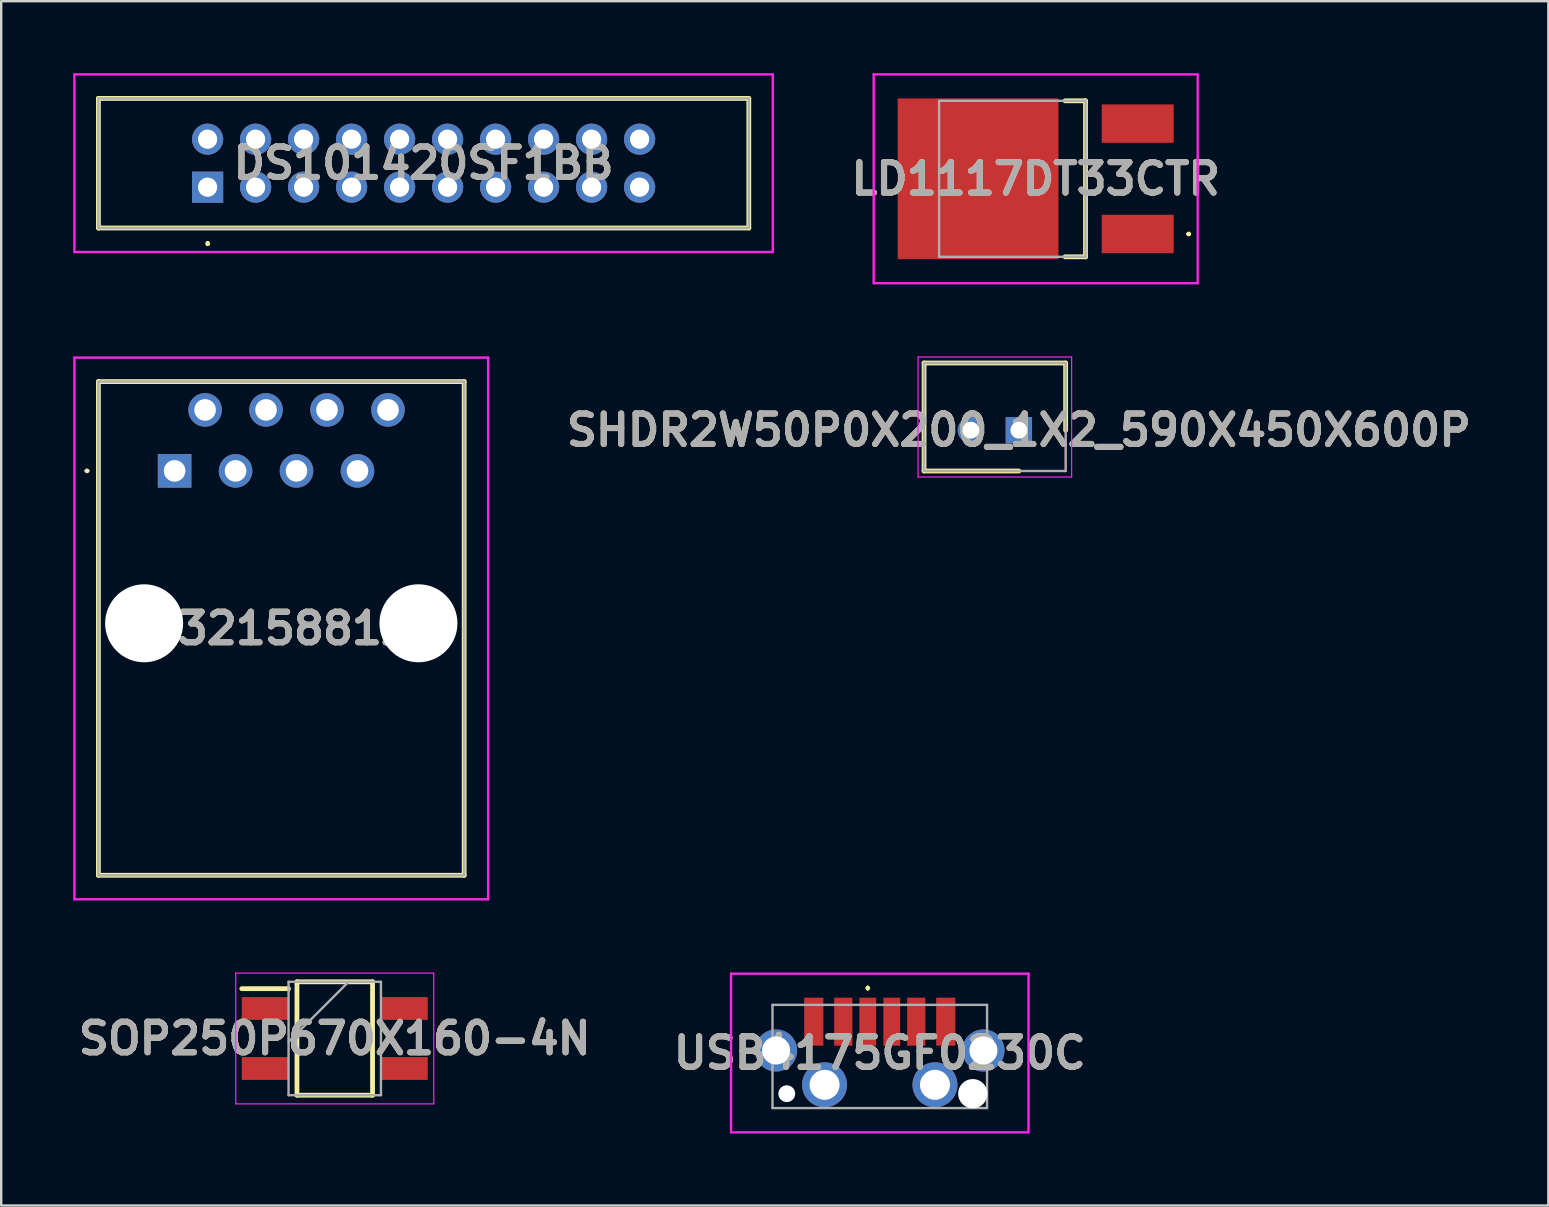
<source format=kicad_pcb>
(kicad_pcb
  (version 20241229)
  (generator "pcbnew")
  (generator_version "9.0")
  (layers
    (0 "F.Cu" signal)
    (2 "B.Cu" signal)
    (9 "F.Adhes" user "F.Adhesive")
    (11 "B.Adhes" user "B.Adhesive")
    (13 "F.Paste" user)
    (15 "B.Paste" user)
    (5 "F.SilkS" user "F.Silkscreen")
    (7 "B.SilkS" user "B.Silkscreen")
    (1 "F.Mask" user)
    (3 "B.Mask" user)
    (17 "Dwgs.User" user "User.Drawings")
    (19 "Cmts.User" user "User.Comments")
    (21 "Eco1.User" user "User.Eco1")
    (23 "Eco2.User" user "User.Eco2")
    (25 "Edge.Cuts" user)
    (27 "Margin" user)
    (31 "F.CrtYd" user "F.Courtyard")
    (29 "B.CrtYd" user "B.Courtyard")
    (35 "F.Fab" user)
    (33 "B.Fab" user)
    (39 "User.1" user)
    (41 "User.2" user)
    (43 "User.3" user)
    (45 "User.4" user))
  (footprint "SOP250P670X160-4N"
    (layer "F.Cu")
    (at 10.898 40.22)
    (property "Reference" "SOP250P670X160-4N" (at 0 0 0) (layer "F.SilkS") (effects (font (size 1.27 1.27) (thickness 0.254))))
    (attr smd)
    (fp_line (start -3.875 -2.075) (end -1.925 -2.075) (stroke (width 0.2) (type solid)) (layer "F.SilkS"))
    (fp_line (start -1.575 -2.362) (end 1.575 -2.362) (stroke (width 0.2) (type solid)) (layer "F.SilkS"))
    (fp_line (start -1.575 2.362) (end -1.575 -2.362) (stroke (width 0.2) (type solid)) (layer "F.SilkS"))
    (fp_line (start 1.575 -2.362) (end 1.575 2.362) (stroke (width 0.2) (type solid)) (layer "F.SilkS"))
    (fp_line (start 1.575 2.362) (end -1.575 2.362) (stroke (width 0.2) (type solid)) (layer "F.SilkS"))
    (fp_line (start -4.125 -2.725) (end 4.125 -2.725) (stroke (width 0.05) (type solid)) (layer "F.CrtYd"))
    (fp_line (start -4.125 2.725) (end -4.125 -2.725) (stroke (width 0.05) (type solid)) (layer "F.CrtYd"))
    (fp_line (start 4.125 -2.725) (end 4.125 2.725) (stroke (width 0.05) (type solid)) (layer "F.CrtYd"))
    (fp_line (start 4.125 2.725) (end -4.125 2.725) (stroke (width 0.05) (type solid)) (layer "F.CrtYd"))
    (fp_line (start -1.925 -2.362) (end 1.925 -2.362) (stroke (width 0.1) (type solid)) (layer "F.Fab"))
    (fp_line (start -1.925 0.138) (end 0.575 -2.362) (stroke (width 0.1) (type solid)) (layer "F.Fab"))
    (fp_line (start -1.925 2.362) (end -1.925 -2.362) (stroke (width 0.1) (type solid)) (layer "F.Fab"))
    (fp_line (start 1.925 -2.362) (end 1.925 2.362) (stroke (width 0.1) (type solid)) (layer "F.Fab"))
    (fp_line (start 1.925 2.362) (end -1.925 2.362) (stroke (width 0.1) (type solid)) (layer "F.Fab"))
    (fp_text user "${REFERENCE}" (at 0 0 0) (layer "F.Fab") (effects (font (size 1.27 1.27) (thickness 0.254))))
    (pad "1" smd rect (at -2.9 -1.25 90) (size 0.95 1.95) (layers "F.Cu" "F.Mask" "F.Paste"))
    (pad "2" smd rect (at -2.9 1.25 90) (size 0.95 1.95) (layers "F.Cu" "F.Mask" "F.Paste"))
    (pad "3" smd rect (at 2.9 1.25 90) (size 0.95 1.95) (layers "F.Cu" "F.Mask" "F.Paste"))
    (pad "4" smd rect (at 2.9 -1.25 90) (size 0.95 1.95) (layers "F.Cu" "F.Mask" "F.Paste")))
  (footprint "SHDR2W50P0X200_1X2_590X450X600P"
    (layer "F.Cu")
    (at 39.402 14.875)
    (property "Reference" "SHDR2W50P0X200_1X2_590X450X600P" (at 0 0 0) (layer "F.SilkS") (effects (font (size 1.27 1.27) (thickness 0.254))))
    (attr through_hole)
    (fp_line (start -3.95 -2.8) (end 1.95 -2.8) (stroke (width 0.2) (type solid)) (layer "F.SilkS"))
    (fp_line (start -3.95 1.7) (end -3.95 -2.8) (stroke (width 0.2) (type solid)) (layer "F.SilkS"))
    (fp_line (start 0 1.7) (end -3.95 1.7) (stroke (width 0.2) (type solid)) (layer "F.SilkS"))
    (fp_line (start 1.95 -2.8) (end 1.95 0) (stroke (width 0.2) (type solid)) (layer "F.SilkS"))
    (fp_line (start -4.2 -3.05) (end 2.2 -3.05) (stroke (width 0.05) (type solid)) (layer "F.CrtYd"))
    (fp_line (start -4.2 1.95) (end -4.2 -3.05) (stroke (width 0.05) (type solid)) (layer "F.CrtYd"))
    (fp_line (start 2.2 -3.05) (end 2.2 1.95) (stroke (width 0.05) (type solid)) (layer "F.CrtYd"))
    (fp_line (start 2.2 1.95) (end -4.2 1.95) (stroke (width 0.05) (type solid)) (layer "F.CrtYd"))
    (fp_line (start -3.95 -2.8) (end 1.95 -2.8) (stroke (width 0.1) (type solid)) (layer "F.Fab"))
    (fp_line (start -3.95 1.7) (end -3.95 -2.8) (stroke (width 0.1) (type solid)) (layer "F.Fab"))
    (fp_line (start 1.95 -2.8) (end 1.95 1.7) (stroke (width 0.1) (type solid)) (layer "F.Fab"))
    (fp_line (start 1.95 1.7) (end -3.95 1.7) (stroke (width 0.1) (type solid)) (layer "F.Fab"))
    (fp_text user "${REFERENCE}" (at 0 0 0) (layer "F.Fab") (effects (font (size 1.27 1.27) (thickness 0.254))))
    (pad "1" thru_hole rect (at 0 0) (size 1.1 1.1) (drill 0.7) (layers "*.Cu" "*.Mask"))
    (pad "2" thru_hole circle (at -2 0) (size 1.1 1.1) (drill 0.7) (layers "*.Cu" "*.Mask")))
  (footprint "DS101420SF1BB"
    (layer "F.Cu")
    (at 5.6 4.75)
    (property "Reference" "DS101420SF1BB" (at 9 -1 0) (layer "F.SilkS") (effects (font (size 1.27 1.27) (thickness 0.254))))
    (attr through_hole)
    (fp_line (start -4.55 -3.7) (end -4.55 1.7) (stroke (width 0.2) (type solid)) (layer "F.SilkS"))
    (fp_line (start -4.55 1.7) (end 22.55 1.7) (stroke (width 0.2) (type solid)) (layer "F.SilkS"))
    (fp_line (start 0 2.3) (end 0 2.3) (stroke (width 0.1) (type solid)) (layer "F.SilkS"))
    (fp_line (start 0 2.4) (end 0 2.4) (stroke (width 0.1) (type solid)) (layer "F.SilkS"))
    (fp_line (start 0 2.4) (end 0 2.4) (stroke (width 0.1) (type solid)) (layer "F.SilkS"))
    (fp_line (start 22.55 -3.7) (end -4.55 -3.7) (stroke (width 0.2) (type solid)) (layer "F.SilkS"))
    (fp_line (start 22.55 1.7) (end 22.55 -3.7) (stroke (width 0.2) (type solid)) (layer "F.SilkS"))
    (fp_arc (start 0 2.3) (mid 0.05 2.35) (end 0 2.4) (stroke (width 0.1) (type solid)) (layer "F.SilkS"))
    (fp_arc (start 0 2.3) (mid 0.05 2.35) (end 0 2.4) (stroke (width 0.1) (type solid)) (layer "F.SilkS"))
    (fp_arc (start 0 2.4) (mid -0.05 2.35) (end 0 2.3) (stroke (width 0.1) (type solid)) (layer "F.SilkS"))
    (fp_line (start -5.55 -4.7) (end 23.55 -4.7) (stroke (width 0.1) (type solid)) (layer "F.CrtYd"))
    (fp_line (start -5.55 2.7) (end -5.55 -4.7) (stroke (width 0.1) (type solid)) (layer "F.CrtYd"))
    (fp_line (start 23.55 -4.7) (end 23.55 2.7) (stroke (width 0.1) (type solid)) (layer "F.CrtYd"))
    (fp_line (start 23.55 2.7) (end -5.55 2.7) (stroke (width 0.1) (type solid)) (layer "F.CrtYd"))
    (fp_line (start -4.55 -3.7) (end -4.55 1.7) (stroke (width 0.1) (type solid)) (layer "F.Fab"))
    (fp_line (start -4.55 1.7) (end 22.55 1.7) (stroke (width 0.1) (type solid)) (layer "F.Fab"))
    (fp_line (start 22.55 -3.7) (end -4.55 -3.7) (stroke (width 0.1) (type solid)) (layer "F.Fab"))
    (fp_line (start 22.55 1.7) (end 22.55 -3.7) (stroke (width 0.1) (type solid)) (layer "F.Fab"))
    (fp_text user "${REFERENCE}" (at 9 -1 0) (layer "F.Fab") (effects (font (size 1.27 1.27) (thickness 0.254))))
    (pad "1" thru_hole rect (at 0 0) (size 1.3 1.3) (drill 0.8) (layers "*.Cu" "*.Mask"))
    (pad "2" thru_hole circle (at 0 -2) (size 1.3 1.3) (drill 0.8) (layers "*.Cu" "*.Mask"))
    (pad "3" thru_hole circle (at 2 0) (size 1.3 1.3) (drill 0.8) (layers "*.Cu" "*.Mask"))
    (pad "4" thru_hole circle (at 2 -2) (size 1.3 1.3) (drill 0.8) (layers "*.Cu" "*.Mask"))
    (pad "5" thru_hole circle (at 4 0) (size 1.3 1.3) (drill 0.8) (layers "*.Cu" "*.Mask"))
    (pad "6" thru_hole circle (at 4 -2) (size 1.3 1.3) (drill 0.8) (layers "*.Cu" "*.Mask"))
    (pad "7" thru_hole circle (at 6 0) (size 1.3 1.3) (drill 0.8) (layers "*.Cu" "*.Mask"))
    (pad "8" thru_hole circle (at 6 -2) (size 1.3 1.3) (drill 0.8) (layers "*.Cu" "*.Mask"))
    (pad "9" thru_hole circle (at 8 0) (size 1.3 1.3) (drill 0.8) (layers "*.Cu" "*.Mask"))
    (pad "10" thru_hole circle (at 8 -2) (size 1.3 1.3) (drill 0.8) (layers "*.Cu" "*.Mask"))
    (pad "11" thru_hole circle (at 10 0) (size 1.3 1.3) (drill 0.8) (layers "*.Cu" "*.Mask"))
    (pad "12" thru_hole circle (at 10 -2) (size 1.3 1.3) (drill 0.8) (layers "*.Cu" "*.Mask"))
    (pad "13" thru_hole circle (at 12 0) (size 1.3 1.3) (drill 0.8) (layers "*.Cu" "*.Mask"))
    (pad "14" thru_hole circle (at 12 -2) (size 1.3 1.3) (drill 0.8) (layers "*.Cu" "*.Mask"))
    (pad "15" thru_hole circle (at 14 0) (size 1.3 1.3) (drill 0.8) (layers "*.Cu" "*.Mask"))
    (pad "16" thru_hole circle (at 14 -2) (size 1.3 1.3) (drill 0.8) (layers "*.Cu" "*.Mask"))
    (pad "17" thru_hole circle (at 16 0) (size 1.3 1.3) (drill 0.8) (layers "*.Cu" "*.Mask"))
    (pad "18" thru_hole circle (at 16 -2) (size 1.3 1.3) (drill 0.8) (layers "*.Cu" "*.Mask"))
    (pad "19" thru_hole circle (at 18 0) (size 1.3 1.3) (drill 0.8) (layers "*.Cu" "*.Mask"))
    (pad "20" thru_hole circle (at 18 -2) (size 1.3 1.3) (drill 0.8) (layers "*.Cu" "*.Mask")))
  (footprint "USB4175GF0230C"
    (layer "F.Cu")
    (at 33.607 40.97)
    (property "Reference" "USB4175GF0230C" (at 0 -0.145 0) (layer "F.SilkS") (effects (font (size 1.27 1.27) (thickness 0.254))))
    (attr through_hole)
    (fp_line (start -0.5 -2.9) (end -0.5 -2.9) (stroke (width 0.1) (type solid)) (layer "F.SilkS"))
    (fp_line (start -0.5 -2.8) (end -0.5 -2.8) (stroke (width 0.1) (type solid)) (layer "F.SilkS"))
    (fp_arc (start -0.5 -2.9) (mid -0.45 -2.85) (end -0.5 -2.8) (stroke (width 0.1) (type solid)) (layer "F.SilkS"))
    (fp_arc (start -0.5 -2.8) (mid -0.55 -2.85) (end -0.5 -2.9) (stroke (width 0.1) (type solid)) (layer "F.SilkS"))
    (fp_line (start -6.197 -3.45) (end 6.197 -3.45) (stroke (width 0.1) (type solid)) (layer "F.CrtYd"))
    (fp_line (start -6.197 3.16) (end -6.197 -3.45) (stroke (width 0.1) (type solid)) (layer "F.CrtYd"))
    (fp_line (start 6.197 -3.45) (end 6.197 3.16) (stroke (width 0.1) (type solid)) (layer "F.CrtYd"))
    (fp_line (start 6.197 3.16) (end -6.197 3.16) (stroke (width 0.1) (type solid)) (layer "F.CrtYd"))
    (fp_line (start -4.47 -2.15) (end 4.47 -2.15) (stroke (width 0.1) (type solid)) (layer "F.Fab"))
    (fp_line (start -4.47 2.15) (end -4.47 -2.15) (stroke (width 0.1) (type solid)) (layer "F.Fab"))
    (fp_line (start 4.47 -2.15) (end 4.47 2.15) (stroke (width 0.1) (type solid)) (layer "F.Fab"))
    (fp_line (start 4.47 2.15) (end -4.47 2.15) (stroke (width 0.1) (type solid)) (layer "F.Fab"))
    (fp_text user "${REFERENCE}" (at 0 -0.145 0) (layer "F.Fab") (effects (font (size 1.27 1.27) (thickness 0.254))))
    (pad "" np_thru_hole circle (at -3.875 1.55) (size 0.7 0.7) (drill 0.7) (layers "*.Cu" "*.Mask"))
    (pad "" np_thru_hole circle (at 3.875 1.55) (size 1.22 1.22) (drill 1.22) (layers "*.Cu" "*.Mask"))
    (pad "1" thru_hole circle (at -4.32 -0.25) (size 1.755 1.755) (drill 1.17) (layers "*.Cu" "*.Mask"))
    (pad "2" thru_hole circle (at 4.32 -0.25) (size 1.755 1.755) (drill 1.17) (layers "*.Cu" "*.Mask"))
    (pad "3" thru_hole circle (at -2.3 1.18) (size 1.875 1.875) (drill 1.25) (layers "*.Cu" "*.Mask"))
    (pad "4" thru_hole circle (at 2.3 1.18) (size 1.875 1.875) (drill 1.25) (layers "*.Cu" "*.Mask"))
    (pad "A5" smd rect (at -0.5 -1.45) (size 0.7 2) (layers "F.Cu" "F.Mask" "F.Paste"))
    (pad "A9" smd rect (at 1.52 -1.45) (size 0.76 2) (layers "F.Cu" "F.Mask" "F.Paste"))
    (pad "A12" smd rect (at 2.75 -1.45) (size 0.8 2) (layers "F.Cu" "F.Mask" "F.Paste"))
    (pad "B5" smd rect (at 0.5 -1.45) (size 0.7 2) (layers "F.Cu" "F.Mask" "F.Paste"))
    (pad "B9" smd rect (at -1.52 -1.45) (size 0.76 2) (layers "F.Cu" "F.Mask" "F.Paste"))
    (pad "B12" smd rect (at -2.75 -1.45) (size 0.8 2) (layers "F.Cu" "F.Mask" "F.Paste")))
  (footprint "LD1117DT33CTR"
    (layer "F.Cu")
    (at 39.129 4.4)
    (property "Reference" "LD1117DT33CTR" (at 0.975 0 0) (layer "F.SilkS") (effects (font (size 1.27 1.27) (thickness 0.254))))
    (attr smd)
    (fp_line (start 2.2 -3.25) (end 3.05 -3.25) (stroke (width 0.2) (type solid)) (layer "F.SilkS"))
    (fp_line (start 3.05 -3.25) (end 3.05 3.25) (stroke (width 0.2) (type solid)) (layer "F.SilkS"))
    (fp_line (start 3.05 3.25) (end 2.2 3.25) (stroke (width 0.2) (type solid)) (layer "F.SilkS"))
    (fp_line (start 7.3 2.3) (end 7.3 2.3) (stroke (width 0.1) (type solid)) (layer "F.SilkS"))
    (fp_line (start 7.4 2.3) (end 7.4 2.3) (stroke (width 0.1) (type solid)) (layer "F.SilkS"))
    (fp_arc (start 7.3 2.3) (mid 7.35 2.25) (end 7.4 2.3) (stroke (width 0.1) (type solid)) (layer "F.SilkS"))
    (fp_arc (start 7.4 2.3) (mid 7.35 2.35) (end 7.3 2.3) (stroke (width 0.1) (type solid)) (layer "F.SilkS"))
    (fp_line (start -5.775 -4.35) (end 7.725 -4.35) (stroke (width 0.1) (type solid)) (layer "F.CrtYd"))
    (fp_line (start -5.775 4.35) (end -5.775 -4.35) (stroke (width 0.1) (type solid)) (layer "F.CrtYd"))
    (fp_line (start 7.725 -4.35) (end 7.725 4.35) (stroke (width 0.1) (type solid)) (layer "F.CrtYd"))
    (fp_line (start 7.725 4.35) (end -5.775 4.35) (stroke (width 0.1) (type solid)) (layer "F.CrtYd"))
    (fp_line (start -3.05 -3.25) (end 3.05 -3.25) (stroke (width 0.1) (type solid)) (layer "F.Fab"))
    (fp_line (start -3.05 3.25) (end -3.05 -3.25) (stroke (width 0.1) (type solid)) (layer "F.Fab"))
    (fp_line (start 3.05 -3.25) (end 3.05 3.25) (stroke (width 0.1) (type solid)) (layer "F.Fab"))
    (fp_line (start 3.05 3.25) (end -3.05 3.25) (stroke (width 0.1) (type solid)) (layer "F.Fab"))
    (fp_text user "${REFERENCE}" (at 0.975 0 0) (layer "F.Fab") (effects (font (size 1.27 1.27) (thickness 0.254))))
    (pad "1" smd rect (at 5.225 2.3 90) (size 1.6 3) (layers "F.Cu" "F.Mask" "F.Paste"))
    (pad "2" smd rect (at -1.425 0 90) (size 6.7 6.7) (layers "F.Cu" "F.Mask" "F.Paste"))
    (pad "3" smd rect (at 5.225 -2.3 90) (size 1.6 3) (layers "F.Cu" "F.Mask" "F.Paste")))
  (footprint "MJ32158812N"
    (layer "F.Cu")
    (at 4.225 16.57)
    (property "Reference" "MJ32158812N" (at 4.445 6.565 0) (layer "F.SilkS") (effects (font (size 1.27 1.27) (thickness 0.254))))
    (attr through_hole)
    (fp_line (start -3.7 0) (end -3.7 0) (stroke (width 0.1) (type solid)) (layer "F.SilkS"))
    (fp_line (start -3.6 0) (end -3.6 0) (stroke (width 0.1) (type solid)) (layer "F.SilkS"))
    (fp_line (start -3.175 -3.72) (end 12.065 -3.72) (stroke (width 0.2) (type solid)) (layer "F.SilkS"))
    (fp_line (start -3.175 16.85) (end -3.175 -3.72) (stroke (width 0.2) (type solid)) (layer "F.SilkS"))
    (fp_line (start 12.065 -3.72) (end 12.065 16.85) (stroke (width 0.2) (type solid)) (layer "F.SilkS"))
    (fp_line (start 12.065 16.85) (end -3.175 16.85) (stroke (width 0.2) (type solid)) (layer "F.SilkS"))
    (fp_arc (start -3.7 0) (mid -3.65 -0.05) (end -3.6 0) (stroke (width 0.1) (type solid)) (layer "F.SilkS"))
    (fp_arc (start -3.6 0) (mid -3.65 0.05) (end -3.7 0) (stroke (width 0.1) (type solid)) (layer "F.SilkS"))
    (fp_line (start -4.175 -4.72) (end 13.065 -4.72) (stroke (width 0.1) (type solid)) (layer "F.CrtYd"))
    (fp_line (start -4.175 17.85) (end -4.175 -4.72) (stroke (width 0.1) (type solid)) (layer "F.CrtYd"))
    (fp_line (start 13.065 -4.72) (end 13.065 17.85) (stroke (width 0.1) (type solid)) (layer "F.CrtYd"))
    (fp_line (start 13.065 17.85) (end -4.175 17.85) (stroke (width 0.1) (type solid)) (layer "F.CrtYd"))
    (fp_line (start -3.175 -3.72) (end -3.175 16.85) (stroke (width 0.1) (type solid)) (layer "F.Fab"))
    (fp_line (start -3.175 16.85) (end 12.065 16.85) (stroke (width 0.1) (type solid)) (layer "F.Fab"))
    (fp_line (start 12.065 -3.72) (end -3.175 -3.72) (stroke (width 0.1) (type solid)) (layer "F.Fab"))
    (fp_line (start 12.065 16.85) (end 12.065 -3.72) (stroke (width 0.1) (type solid)) (layer "F.Fab"))
    (fp_text user "${REFERENCE}" (at 4.445 6.565 0) (layer "F.Fab") (effects (font (size 1.27 1.27) (thickness 0.254))))
    (pad "" np_thru_hole circle (at -1.27 6.35) (size 3.25 3.25) (drill 3.25) (layers "*.Cu" "*.Mask"))
    (pad "" np_thru_hole circle (at 10.16 6.35) (size 3.25 3.25) (drill 3.25) (layers "*.Cu" "*.Mask"))
    (pad "1" thru_hole rect (at 0 0) (size 1.4 1.4) (drill 0.9) (layers "*.Cu" "*.Mask"))
    (pad "2" thru_hole circle (at 1.27 -2.54) (size 1.4 1.4) (drill 0.9) (layers "*.Cu" "*.Mask"))
    (pad "3" thru_hole circle (at 2.54 0) (size 1.4 1.4) (drill 0.9) (layers "*.Cu" "*.Mask"))
    (pad "4" thru_hole circle (at 3.81 -2.54) (size 1.4 1.4) (drill 0.9) (layers "*.Cu" "*.Mask"))
    (pad "5" thru_hole circle (at 5.08 0) (size 1.4 1.4) (drill 0.9) (layers "*.Cu" "*.Mask"))
    (pad "6" thru_hole circle (at 6.35 -2.54) (size 1.4 1.4) (drill 0.9) (layers "*.Cu" "*.Mask"))
    (pad "7" thru_hole circle (at 7.62 0) (size 1.4 1.4) (drill 0.9) (layers "*.Cu" "*.Mask"))
    (pad "8" thru_hole circle (at 8.89 -2.54) (size 1.4 1.4) (drill 0.9) (layers "*.Cu" "*.Mask")))
  (gr_rect
    (start -3 -3)
    (end 61.464 47.18)
    (stroke (width 0.1) (type default))
    (fill no)
    (layer "Edge.Cuts")))
</source>
